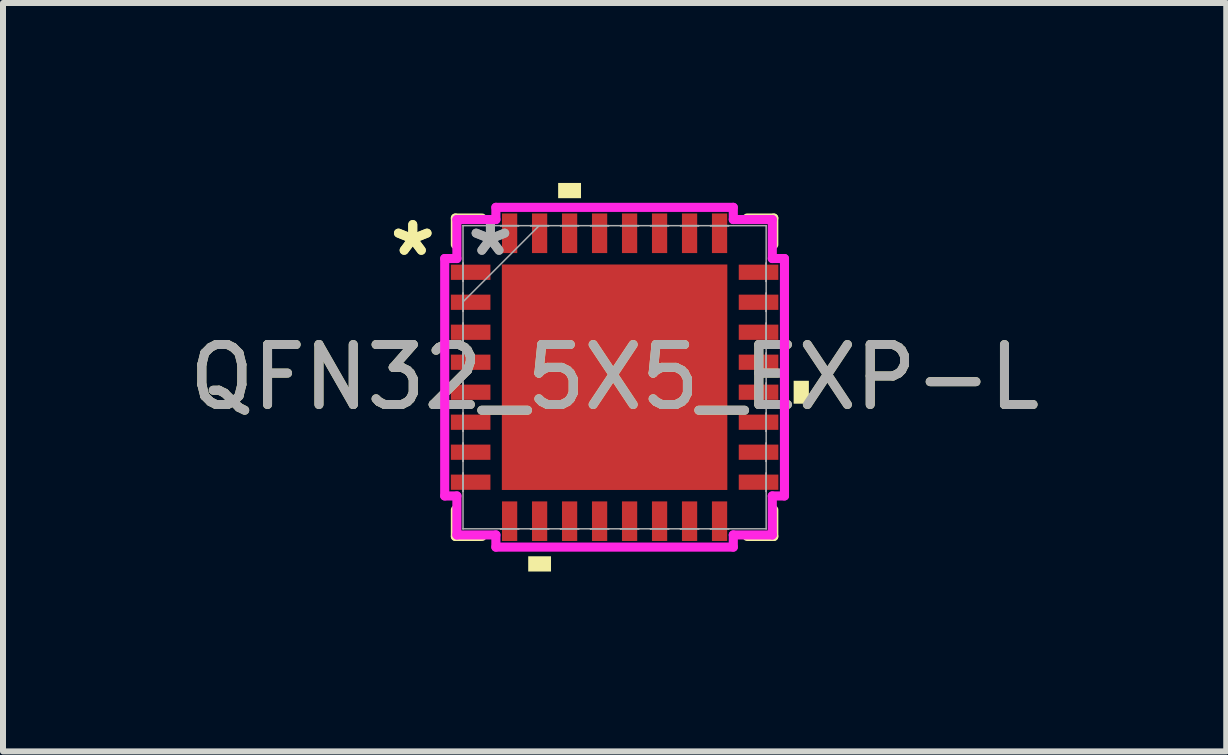
<source format=kicad_pcb>
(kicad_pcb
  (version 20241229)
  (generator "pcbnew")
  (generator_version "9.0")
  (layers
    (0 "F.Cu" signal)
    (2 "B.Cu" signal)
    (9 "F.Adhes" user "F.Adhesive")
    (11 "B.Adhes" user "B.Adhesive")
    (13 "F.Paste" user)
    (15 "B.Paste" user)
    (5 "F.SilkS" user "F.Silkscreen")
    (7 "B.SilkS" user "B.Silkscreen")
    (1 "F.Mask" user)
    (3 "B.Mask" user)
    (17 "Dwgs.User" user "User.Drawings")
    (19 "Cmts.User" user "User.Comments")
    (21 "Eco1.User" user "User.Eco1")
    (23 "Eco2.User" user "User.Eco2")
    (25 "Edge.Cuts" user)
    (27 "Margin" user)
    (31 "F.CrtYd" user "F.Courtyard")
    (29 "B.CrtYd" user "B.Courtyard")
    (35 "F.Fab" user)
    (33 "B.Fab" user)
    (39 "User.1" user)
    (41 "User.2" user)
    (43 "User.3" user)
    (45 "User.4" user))
  (footprint "QFN32_5X5_EXP-L"
    (layer "F.Cu")
    (at 7.196 3.239)
    (property "Reference" "QFN32_5X5_EXP-L" (at 0 0 0) (unlocked yes) (layer "F.SilkS") (effects (font (size 1 1) (thickness 0.15))))
    (attr smd)
    (fp_line (start -2.654 -2.654) (end -2.654 -2.21) (stroke (width 0.152) (type solid)) (layer "F.SilkS"))
    (fp_line (start -2.654 2.21) (end -2.654 2.654) (stroke (width 0.152) (type solid)) (layer "F.SilkS"))
    (fp_line (start -2.654 2.654) (end -2.21 2.654) (stroke (width 0.152) (type solid)) (layer "F.SilkS"))
    (fp_line (start -2.21 -2.654) (end -2.654 -2.654) (stroke (width 0.152) (type solid)) (layer "F.SilkS"))
    (fp_line (start 2.21 2.654) (end 2.654 2.654) (stroke (width 0.152) (type solid)) (layer "F.SilkS"))
    (fp_line (start 2.654 -2.654) (end 2.21 -2.654) (stroke (width 0.152) (type solid)) (layer "F.SilkS"))
    (fp_line (start 2.654 -2.21) (end 2.654 -2.654) (stroke (width 0.152) (type solid)) (layer "F.SilkS"))
    (fp_line (start 2.654 2.654) (end 2.654 2.21) (stroke (width 0.152) (type solid)) (layer "F.SilkS"))
    (fp_poly (pts (xy -1.44 2.985) (xy -1.44 3.239) (xy -1.06 3.239) (xy -1.06 2.985)) (stroke (width 0) (type solid)) (fill yes) (layer "F.SilkS"))
    (fp_poly (pts (xy -0.941 -2.985) (xy -0.941 -3.239) (xy -0.56 -3.239) (xy -0.56 -2.985)) (stroke (width 0) (type solid)) (fill yes) (layer "F.SilkS"))
    (fp_poly (pts (xy 3.239 0.059) (xy 3.239 0.441) (xy 2.985 0.441) (xy 2.985 0.059)) (stroke (width 0) (type solid)) (fill yes) (layer "F.SilkS"))
    (fp_poly (pts (xy -1.78 -1.78) (xy -1.78 -0.1) (xy -0.1 -0.1) (xy -0.1 -1.78)) (stroke (width 0) (type solid)) (fill yes) (layer "F.Paste"))
    (fp_poly (pts (xy -1.78 0.1) (xy -1.78 1.78) (xy -0.1 1.78) (xy -0.1 0.1)) (stroke (width 0) (type solid)) (fill yes) (layer "F.Paste"))
    (fp_poly (pts (xy 0.1 -1.78) (xy 0.1 -0.1) (xy 1.78 -0.1) (xy 1.78 -1.78)) (stroke (width 0) (type solid)) (fill yes) (layer "F.Paste"))
    (fp_poly (pts (xy 0.1 0.1) (xy 0.1 1.78) (xy 1.78 1.78) (xy 1.78 0.1)) (stroke (width 0) (type solid)) (fill yes) (layer "F.Paste"))
    (fp_line (start -2.832 -1.979) (end -2.629 -1.979) (stroke (width 0.152) (type solid)) (layer "F.CrtYd"))
    (fp_line (start -2.832 1.979) (end -2.832 -1.979) (stroke (width 0.152) (type solid)) (layer "F.CrtYd"))
    (fp_line (start -2.629 -2.629) (end -1.979 -2.629) (stroke (width 0.152) (type solid)) (layer "F.CrtYd"))
    (fp_line (start -2.629 -1.979) (end -2.629 -2.629) (stroke (width 0.152) (type solid)) (layer "F.CrtYd"))
    (fp_line (start -2.629 1.979) (end -2.832 1.979) (stroke (width 0.152) (type solid)) (layer "F.CrtYd"))
    (fp_line (start -2.629 2.629) (end -2.629 1.979) (stroke (width 0.152) (type solid)) (layer "F.CrtYd"))
    (fp_line (start -1.979 -2.832) (end 1.979 -2.832) (stroke (width 0.152) (type solid)) (layer "F.CrtYd"))
    (fp_line (start -1.979 -2.629) (end -1.979 -2.832) (stroke (width 0.152) (type solid)) (layer "F.CrtYd"))
    (fp_line (start -1.979 2.629) (end -2.629 2.629) (stroke (width 0.152) (type solid)) (layer "F.CrtYd"))
    (fp_line (start -1.979 2.832) (end -1.979 2.629) (stroke (width 0.152) (type solid)) (layer "F.CrtYd"))
    (fp_line (start 1.979 -2.832) (end 1.979 -2.629) (stroke (width 0.152) (type solid)) (layer "F.CrtYd"))
    (fp_line (start 1.979 -2.629) (end 2.629 -2.629) (stroke (width 0.152) (type solid)) (layer "F.CrtYd"))
    (fp_line (start 1.979 2.629) (end 1.979 2.832) (stroke (width 0.152) (type solid)) (layer "F.CrtYd"))
    (fp_line (start 1.979 2.832) (end -1.979 2.832) (stroke (width 0.152) (type solid)) (layer "F.CrtYd"))
    (fp_line (start 2.629 -2.629) (end 2.629 -1.979) (stroke (width 0.152) (type solid)) (layer "F.CrtYd"))
    (fp_line (start 2.629 -1.979) (end 2.832 -1.979) (stroke (width 0.152) (type solid)) (layer "F.CrtYd"))
    (fp_line (start 2.629 1.979) (end 2.629 2.629) (stroke (width 0.152) (type solid)) (layer "F.CrtYd"))
    (fp_line (start 2.629 2.629) (end 1.979 2.629) (stroke (width 0.152) (type solid)) (layer "F.CrtYd"))
    (fp_line (start 2.832 -1.979) (end 2.832 1.979) (stroke (width 0.152) (type solid)) (layer "F.CrtYd"))
    (fp_line (start 2.832 1.979) (end 2.629 1.979) (stroke (width 0.152) (type solid)) (layer "F.CrtYd"))
    (fp_line (start -2.527 -2.527) (end -2.527 -2.527) (stroke (width 0.025) (type solid)) (layer "F.Fab"))
    (fp_line (start -2.527 -2.527) (end -2.527 2.527) (stroke (width 0.025) (type solid)) (layer "F.Fab"))
    (fp_line (start -2.527 -1.902) (end -2.527 -1.902) (stroke (width 0.025) (type solid)) (layer "F.Fab"))
    (fp_line (start -2.527 -1.902) (end -2.527 -1.598) (stroke (width 0.025) (type solid)) (layer "F.Fab"))
    (fp_line (start -2.527 -1.598) (end -2.527 -1.902) (stroke (width 0.025) (type solid)) (layer "F.Fab"))
    (fp_line (start -2.527 -1.598) (end -2.527 -1.598) (stroke (width 0.025) (type solid)) (layer "F.Fab"))
    (fp_line (start -2.527 -1.402) (end -2.527 -1.402) (stroke (width 0.025) (type solid)) (layer "F.Fab"))
    (fp_line (start -2.527 -1.402) (end -2.527 -1.098) (stroke (width 0.025) (type solid)) (layer "F.Fab"))
    (fp_line (start -2.527 -1.257) (end -1.257 -2.527) (stroke (width 0.025) (type solid)) (layer "F.Fab"))
    (fp_line (start -2.527 -1.098) (end -2.527 -1.402) (stroke (width 0.025) (type solid)) (layer "F.Fab"))
    (fp_line (start -2.527 -1.098) (end -2.527 -1.098) (stroke (width 0.025) (type solid)) (layer "F.Fab"))
    (fp_line (start -2.527 -0.902) (end -2.527 -0.902) (stroke (width 0.025) (type solid)) (layer "F.Fab"))
    (fp_line (start -2.527 -0.902) (end -2.527 -0.598) (stroke (width 0.025) (type solid)) (layer "F.Fab"))
    (fp_line (start -2.527 -0.598) (end -2.527 -0.902) (stroke (width 0.025) (type solid)) (layer "F.Fab"))
    (fp_line (start -2.527 -0.598) (end -2.527 -0.598) (stroke (width 0.025) (type solid)) (layer "F.Fab"))
    (fp_line (start -2.527 -0.402) (end -2.527 -0.402) (stroke (width 0.025) (type solid)) (layer "F.Fab"))
    (fp_line (start -2.527 -0.402) (end -2.527 -0.098) (stroke (width 0.025) (type solid)) (layer "F.Fab"))
    (fp_line (start -2.527 -0.098) (end -2.527 -0.402) (stroke (width 0.025) (type solid)) (layer "F.Fab"))
    (fp_line (start -2.527 -0.098) (end -2.527 -0.098) (stroke (width 0.025) (type solid)) (layer "F.Fab"))
    (fp_line (start -2.527 0.098) (end -2.527 0.098) (stroke (width 0.025) (type solid)) (layer "F.Fab"))
    (fp_line (start -2.527 0.098) (end -2.527 0.402) (stroke (width 0.025) (type solid)) (layer "F.Fab"))
    (fp_line (start -2.527 0.402) (end -2.527 0.098) (stroke (width 0.025) (type solid)) (layer "F.Fab"))
    (fp_line (start -2.527 0.402) (end -2.527 0.402) (stroke (width 0.025) (type solid)) (layer "F.Fab"))
    (fp_line (start -2.527 0.598) (end -2.527 0.598) (stroke (width 0.025) (type solid)) (layer "F.Fab"))
    (fp_line (start -2.527 0.598) (end -2.527 0.902) (stroke (width 0.025) (type solid)) (layer "F.Fab"))
    (fp_line (start -2.527 0.902) (end -2.527 0.598) (stroke (width 0.025) (type solid)) (layer "F.Fab"))
    (fp_line (start -2.527 0.902) (end -2.527 0.902) (stroke (width 0.025) (type solid)) (layer "F.Fab"))
    (fp_line (start -2.527 1.098) (end -2.527 1.098) (stroke (width 0.025) (type solid)) (layer "F.Fab"))
    (fp_line (start -2.527 1.098) (end -2.527 1.402) (stroke (width 0.025) (type solid)) (layer "F.Fab"))
    (fp_line (start -2.527 1.402) (end -2.527 1.098) (stroke (width 0.025) (type solid)) (layer "F.Fab"))
    (fp_line (start -2.527 1.402) (end -2.527 1.402) (stroke (width 0.025) (type solid)) (layer "F.Fab"))
    (fp_line (start -2.527 1.598) (end -2.527 1.598) (stroke (width 0.025) (type solid)) (layer "F.Fab"))
    (fp_line (start -2.527 1.598) (end -2.527 1.902) (stroke (width 0.025) (type solid)) (layer "F.Fab"))
    (fp_line (start -2.527 1.902) (end -2.527 1.598) (stroke (width 0.025) (type solid)) (layer "F.Fab"))
    (fp_line (start -2.527 1.902) (end -2.527 1.902) (stroke (width 0.025) (type solid)) (layer "F.Fab"))
    (fp_line (start -2.527 2.527) (end -2.527 2.527) (stroke (width 0.025) (type solid)) (layer "F.Fab"))
    (fp_line (start -2.527 2.527) (end 2.527 2.527) (stroke (width 0.025) (type solid)) (layer "F.Fab"))
    (fp_line (start -1.902 -2.527) (end -1.902 -2.527) (stroke (width 0.025) (type solid)) (layer "F.Fab"))
    (fp_line (start -1.902 -2.527) (end -1.598 -2.527) (stroke (width 0.025) (type solid)) (layer "F.Fab"))
    (fp_line (start -1.902 2.527) (end -1.902 2.527) (stroke (width 0.025) (type solid)) (layer "F.Fab"))
    (fp_line (start -1.902 2.527) (end -1.598 2.527) (stroke (width 0.025) (type solid)) (layer "F.Fab"))
    (fp_line (start -1.598 -2.527) (end -1.902 -2.527) (stroke (width 0.025) (type solid)) (layer "F.Fab"))
    (fp_line (start -1.598 -2.527) (end -1.598 -2.527) (stroke (width 0.025) (type solid)) (layer "F.Fab"))
    (fp_line (start -1.598 2.527) (end -1.902 2.527) (stroke (width 0.025) (type solid)) (layer "F.Fab"))
    (fp_line (start -1.598 2.527) (end -1.598 2.527) (stroke (width 0.025) (type solid)) (layer "F.Fab"))
    (fp_line (start -1.402 -2.527) (end -1.402 -2.527) (stroke (width 0.025) (type solid)) (layer "F.Fab"))
    (fp_line (start -1.402 -2.527) (end -1.098 -2.527) (stroke (width 0.025) (type solid)) (layer "F.Fab"))
    (fp_line (start -1.402 2.527) (end -1.402 2.527) (stroke (width 0.025) (type solid)) (layer "F.Fab"))
    (fp_line (start -1.402 2.527) (end -1.098 2.527) (stroke (width 0.025) (type solid)) (layer "F.Fab"))
    (fp_line (start -1.098 -2.527) (end -1.402 -2.527) (stroke (width 0.025) (type solid)) (layer "F.Fab"))
    (fp_line (start -1.098 -2.527) (end -1.098 -2.527) (stroke (width 0.025) (type solid)) (layer "F.Fab"))
    (fp_line (start -1.098 2.527) (end -1.402 2.527) (stroke (width 0.025) (type solid)) (layer "F.Fab"))
    (fp_line (start -1.098 2.527) (end -1.098 2.527) (stroke (width 0.025) (type solid)) (layer "F.Fab"))
    (fp_line (start -0.902 -2.527) (end -0.902 -2.527) (stroke (width 0.025) (type solid)) (layer "F.Fab"))
    (fp_line (start -0.902 -2.527) (end -0.598 -2.527) (stroke (width 0.025) (type solid)) (layer "F.Fab"))
    (fp_line (start -0.902 2.527) (end -0.902 2.527) (stroke (width 0.025) (type solid)) (layer "F.Fab"))
    (fp_line (start -0.902 2.527) (end -0.598 2.527) (stroke (width 0.025) (type solid)) (layer "F.Fab"))
    (fp_line (start -0.598 -2.527) (end -0.902 -2.527) (stroke (width 0.025) (type solid)) (layer "F.Fab"))
    (fp_line (start -0.598 -2.527) (end -0.598 -2.527) (stroke (width 0.025) (type solid)) (layer "F.Fab"))
    (fp_line (start -0.598 2.527) (end -0.902 2.527) (stroke (width 0.025) (type solid)) (layer "F.Fab"))
    (fp_line (start -0.598 2.527) (end -0.598 2.527) (stroke (width 0.025) (type solid)) (layer "F.Fab"))
    (fp_line (start -0.402 -2.527) (end -0.402 -2.527) (stroke (width 0.025) (type solid)) (layer "F.Fab"))
    (fp_line (start -0.402 -2.527) (end -0.098 -2.527) (stroke (width 0.025) (type solid)) (layer "F.Fab"))
    (fp_line (start -0.402 2.527) (end -0.402 2.527) (stroke (width 0.025) (type solid)) (layer "F.Fab"))
    (fp_line (start -0.402 2.527) (end -0.098 2.527) (stroke (width 0.025) (type solid)) (layer "F.Fab"))
    (fp_line (start -0.098 -2.527) (end -0.402 -2.527) (stroke (width 0.025) (type solid)) (layer "F.Fab"))
    (fp_line (start -0.098 -2.527) (end -0.098 -2.527) (stroke (width 0.025) (type solid)) (layer "F.Fab"))
    (fp_line (start -0.098 2.527) (end -0.402 2.527) (stroke (width 0.025) (type solid)) (layer "F.Fab"))
    (fp_line (start -0.098 2.527) (end -0.098 2.527) (stroke (width 0.025) (type solid)) (layer "F.Fab"))
    (fp_line (start 0.098 -2.527) (end 0.098 -2.527) (stroke (width 0.025) (type solid)) (layer "F.Fab"))
    (fp_line (start 0.098 -2.527) (end 0.402 -2.527) (stroke (width 0.025) (type solid)) (layer "F.Fab"))
    (fp_line (start 0.098 2.527) (end 0.098 2.527) (stroke (width 0.025) (type solid)) (layer "F.Fab"))
    (fp_line (start 0.098 2.527) (end 0.402 2.527) (stroke (width 0.025) (type solid)) (layer "F.Fab"))
    (fp_line (start 0.402 -2.527) (end 0.098 -2.527) (stroke (width 0.025) (type solid)) (layer "F.Fab"))
    (fp_line (start 0.402 -2.527) (end 0.402 -2.527) (stroke (width 0.025) (type solid)) (layer "F.Fab"))
    (fp_line (start 0.402 2.527) (end 0.098 2.527) (stroke (width 0.025) (type solid)) (layer "F.Fab"))
    (fp_line (start 0.402 2.527) (end 0.402 2.527) (stroke (width 0.025) (type solid)) (layer "F.Fab"))
    (fp_line (start 0.598 -2.527) (end 0.598 -2.527) (stroke (width 0.025) (type solid)) (layer "F.Fab"))
    (fp_line (start 0.598 -2.527) (end 0.902 -2.527) (stroke (width 0.025) (type solid)) (layer "F.Fab"))
    (fp_line (start 0.598 2.527) (end 0.598 2.527) (stroke (width 0.025) (type solid)) (layer "F.Fab"))
    (fp_line (start 0.598 2.527) (end 0.902 2.527) (stroke (width 0.025) (type solid)) (layer "F.Fab"))
    (fp_line (start 0.902 -2.527) (end 0.598 -2.527) (stroke (width 0.025) (type solid)) (layer "F.Fab"))
    (fp_line (start 0.902 -2.527) (end 0.902 -2.527) (stroke (width 0.025) (type solid)) (layer "F.Fab"))
    (fp_line (start 0.902 2.527) (end 0.598 2.527) (stroke (width 0.025) (type solid)) (layer "F.Fab"))
    (fp_line (start 0.902 2.527) (end 0.902 2.527) (stroke (width 0.025) (type solid)) (layer "F.Fab"))
    (fp_line (start 1.098 -2.527) (end 1.098 -2.527) (stroke (width 0.025) (type solid)) (layer "F.Fab"))
    (fp_line (start 1.098 -2.527) (end 1.402 -2.527) (stroke (width 0.025) (type solid)) (layer "F.Fab"))
    (fp_line (start 1.098 2.527) (end 1.098 2.527) (stroke (width 0.025) (type solid)) (layer "F.Fab"))
    (fp_line (start 1.098 2.527) (end 1.402 2.527) (stroke (width 0.025) (type solid)) (layer "F.Fab"))
    (fp_line (start 1.402 -2.527) (end 1.098 -2.527) (stroke (width 0.025) (type solid)) (layer "F.Fab"))
    (fp_line (start 1.402 -2.527) (end 1.402 -2.527) (stroke (width 0.025) (type solid)) (layer "F.Fab"))
    (fp_line (start 1.402 2.527) (end 1.098 2.527) (stroke (width 0.025) (type solid)) (layer "F.Fab"))
    (fp_line (start 1.402 2.527) (end 1.402 2.527) (stroke (width 0.025) (type solid)) (layer "F.Fab"))
    (fp_line (start 1.598 -2.527) (end 1.598 -2.527) (stroke (width 0.025) (type solid)) (layer "F.Fab"))
    (fp_line (start 1.598 -2.527) (end 1.902 -2.527) (stroke (width 0.025) (type solid)) (layer "F.Fab"))
    (fp_line (start 1.598 2.527) (end 1.598 2.527) (stroke (width 0.025) (type solid)) (layer "F.Fab"))
    (fp_line (start 1.598 2.527) (end 1.902 2.527) (stroke (width 0.025) (type solid)) (layer "F.Fab"))
    (fp_line (start 1.902 -2.527) (end 1.598 -2.527) (stroke (width 0.025) (type solid)) (layer "F.Fab"))
    (fp_line (start 1.902 -2.527) (end 1.902 -2.527) (stroke (width 0.025) (type solid)) (layer "F.Fab"))
    (fp_line (start 1.902 2.527) (end 1.598 2.527) (stroke (width 0.025) (type solid)) (layer "F.Fab"))
    (fp_line (start 1.902 2.527) (end 1.902 2.527) (stroke (width 0.025) (type solid)) (layer "F.Fab"))
    (fp_line (start 2.527 -2.527) (end -2.527 -2.527) (stroke (width 0.025) (type solid)) (layer "F.Fab"))
    (fp_line (start 2.527 -2.527) (end 2.527 -2.527) (stroke (width 0.025) (type solid)) (layer "F.Fab"))
    (fp_line (start 2.527 -1.902) (end 2.527 -1.902) (stroke (width 0.025) (type solid)) (layer "F.Fab"))
    (fp_line (start 2.527 -1.902) (end 2.527 -1.598) (stroke (width 0.025) (type solid)) (layer "F.Fab"))
    (fp_line (start 2.527 -1.598) (end 2.527 -1.902) (stroke (width 0.025) (type solid)) (layer "F.Fab"))
    (fp_line (start 2.527 -1.598) (end 2.527 -1.598) (stroke (width 0.025) (type solid)) (layer "F.Fab"))
    (fp_line (start 2.527 -1.402) (end 2.527 -1.402) (stroke (width 0.025) (type solid)) (layer "F.Fab"))
    (fp_line (start 2.527 -1.402) (end 2.527 -1.098) (stroke (width 0.025) (type solid)) (layer "F.Fab"))
    (fp_line (start 2.527 -1.098) (end 2.527 -1.402) (stroke (width 0.025) (type solid)) (layer "F.Fab"))
    (fp_line (start 2.527 -1.098) (end 2.527 -1.098) (stroke (width 0.025) (type solid)) (layer "F.Fab"))
    (fp_line (start 2.527 -0.902) (end 2.527 -0.902) (stroke (width 0.025) (type solid)) (layer "F.Fab"))
    (fp_line (start 2.527 -0.902) (end 2.527 -0.598) (stroke (width 0.025) (type solid)) (layer "F.Fab"))
    (fp_line (start 2.527 -0.598) (end 2.527 -0.902) (stroke (width 0.025) (type solid)) (layer "F.Fab"))
    (fp_line (start 2.527 -0.598) (end 2.527 -0.598) (stroke (width 0.025) (type solid)) (layer "F.Fab"))
    (fp_line (start 2.527 -0.402) (end 2.527 -0.402) (stroke (width 0.025) (type solid)) (layer "F.Fab"))
    (fp_line (start 2.527 -0.402) (end 2.527 -0.098) (stroke (width 0.025) (type solid)) (layer "F.Fab"))
    (fp_line (start 2.527 -0.098) (end 2.527 -0.402) (stroke (width 0.025) (type solid)) (layer "F.Fab"))
    (fp_line (start 2.527 -0.098) (end 2.527 -0.098) (stroke (width 0.025) (type solid)) (layer "F.Fab"))
    (fp_line (start 2.527 0.098) (end 2.527 0.098) (stroke (width 0.025) (type solid)) (layer "F.Fab"))
    (fp_line (start 2.527 0.098) (end 2.527 0.402) (stroke (width 0.025) (type solid)) (layer "F.Fab"))
    (fp_line (start 2.527 0.402) (end 2.527 0.098) (stroke (width 0.025) (type solid)) (layer "F.Fab"))
    (fp_line (start 2.527 0.402) (end 2.527 0.402) (stroke (width 0.025) (type solid)) (layer "F.Fab"))
    (fp_line (start 2.527 0.598) (end 2.527 0.598) (stroke (width 0.025) (type solid)) (layer "F.Fab"))
    (fp_line (start 2.527 0.598) (end 2.527 0.902) (stroke (width 0.025) (type solid)) (layer "F.Fab"))
    (fp_line (start 2.527 0.902) (end 2.527 0.598) (stroke (width 0.025) (type solid)) (layer "F.Fab"))
    (fp_line (start 2.527 0.902) (end 2.527 0.902) (stroke (width 0.025) (type solid)) (layer "F.Fab"))
    (fp_line (start 2.527 1.098) (end 2.527 1.098) (stroke (width 0.025) (type solid)) (layer "F.Fab"))
    (fp_line (start 2.527 1.098) (end 2.527 1.402) (stroke (width 0.025) (type solid)) (layer "F.Fab"))
    (fp_line (start 2.527 1.402) (end 2.527 1.098) (stroke (width 0.025) (type solid)) (layer "F.Fab"))
    (fp_line (start 2.527 1.402) (end 2.527 1.402) (stroke (width 0.025) (type solid)) (layer "F.Fab"))
    (fp_line (start 2.527 1.598) (end 2.527 1.598) (stroke (width 0.025) (type solid)) (layer "F.Fab"))
    (fp_line (start 2.527 1.598) (end 2.527 1.902) (stroke (width 0.025) (type solid)) (layer "F.Fab"))
    (fp_line (start 2.527 1.902) (end 2.527 1.598) (stroke (width 0.025) (type solid)) (layer "F.Fab"))
    (fp_line (start 2.527 1.902) (end 2.527 1.902) (stroke (width 0.025) (type solid)) (layer "F.Fab"))
    (fp_line (start 2.527 2.527) (end 2.527 -2.527) (stroke (width 0.025) (type solid)) (layer "F.Fab"))
    (fp_line (start 2.527 2.527) (end 2.527 2.527) (stroke (width 0.025) (type solid)) (layer "F.Fab"))
    (fp_text user "*" (at -3.365 -2 0) (unlocked yes) (layer "F.SilkS") (effects (font (size 1 1) (thickness 0.15))))
    (fp_text user "*" (at -3.365 -2 0) (layer "F.SilkS") (effects (font (size 1 1) (thickness 0.15))))
    (fp_text user "*" (at -2.07 -2 0) (layer "F.Fab") (effects (font (size 1 1) (thickness 0.15))))
    (fp_text user "${REFERENCE}" (at 0 0 0) (unlocked yes) (layer "F.Fab") (effects (font (size 1 1) (thickness 0.15))))
    (fp_text user "*" (at -2.07 -2 0) (unlocked yes) (layer "F.Fab") (effects (font (size 1 1) (thickness 0.15))))
    (pad "1" smd rect (at -2.4 -1.75 90) (size 0.254 0.66) (layers "F.Cu" "F.Mask" "F.Paste"))
    (pad "2" smd rect (at -2.4 -1.25 90) (size 0.254 0.66) (layers "F.Cu" "F.Mask" "F.Paste"))
    (pad "3" smd rect (at -2.4 -0.75 90) (size 0.254 0.66) (layers "F.Cu" "F.Mask" "F.Paste"))
    (pad "4" smd rect (at -2.4 -0.25 90) (size 0.254 0.66) (layers "F.Cu" "F.Mask" "F.Paste"))
    (pad "5" smd rect (at -2.4 0.25 90) (size 0.254 0.66) (layers "F.Cu" "F.Mask" "F.Paste"))
    (pad "6" smd rect (at -2.4 0.75 90) (size 0.254 0.66) (layers "F.Cu" "F.Mask" "F.Paste"))
    (pad "7" smd rect (at -2.4 1.25 90) (size 0.254 0.66) (layers "F.Cu" "F.Mask" "F.Paste"))
    (pad "8" smd rect (at -2.4 1.75 90) (size 0.254 0.66) (layers "F.Cu" "F.Mask" "F.Paste"))
    (pad "9" smd rect (at -1.75 2.4) (size 0.254 0.66) (layers "F.Cu" "F.Mask" "F.Paste"))
    (pad "10" smd rect (at -1.25 2.4) (size 0.254 0.66) (layers "F.Cu" "F.Mask" "F.Paste"))
    (pad "11" smd rect (at -0.75 2.4) (size 0.254 0.66) (layers "F.Cu" "F.Mask" "F.Paste"))
    (pad "12" smd rect (at -0.25 2.4) (size 0.254 0.66) (layers "F.Cu" "F.Mask" "F.Paste"))
    (pad "13" smd rect (at 0.25 2.4) (size 0.254 0.66) (layers "F.Cu" "F.Mask" "F.Paste"))
    (pad "14" smd rect (at 0.75 2.4) (size 0.254 0.66) (layers "F.Cu" "F.Mask" "F.Paste"))
    (pad "15" smd rect (at 1.25 2.4) (size 0.254 0.66) (layers "F.Cu" "F.Mask" "F.Paste"))
    (pad "16" smd rect (at 1.75 2.4) (size 0.254 0.66) (layers "F.Cu" "F.Mask" "F.Paste"))
    (pad "17" smd rect (at 2.4 1.75 90) (size 0.254 0.66) (layers "F.Cu" "F.Mask" "F.Paste"))
    (pad "18" smd rect (at 2.4 1.25 90) (size 0.254 0.66) (layers "F.Cu" "F.Mask" "F.Paste"))
    (pad "19" smd rect (at 2.4 0.75 90) (size 0.254 0.66) (layers "F.Cu" "F.Mask" "F.Paste"))
    (pad "20" smd rect (at 2.4 0.25 90) (size 0.254 0.66) (layers "F.Cu" "F.Mask" "F.Paste"))
    (pad "21" smd rect (at 2.4 -0.25 90) (size 0.254 0.66) (layers "F.Cu" "F.Mask" "F.Paste"))
    (pad "22" smd rect (at 2.4 -0.75 90) (size 0.254 0.66) (layers "F.Cu" "F.Mask" "F.Paste"))
    (pad "23" smd rect (at 2.4 -1.25 90) (size 0.254 0.66) (layers "F.Cu" "F.Mask" "F.Paste"))
    (pad "24" smd rect (at 2.4 -1.75 90) (size 0.254 0.66) (layers "F.Cu" "F.Mask" "F.Paste"))
    (pad "25" smd rect (at 1.75 -2.4) (size 0.254 0.66) (layers "F.Cu" "F.Mask" "F.Paste"))
    (pad "26" smd rect (at 1.25 -2.4) (size 0.254 0.66) (layers "F.Cu" "F.Mask" "F.Paste"))
    (pad "27" smd rect (at 0.75 -2.4) (size 0.254 0.66) (layers "F.Cu" "F.Mask" "F.Paste"))
    (pad "28" smd rect (at 0.25 -2.4) (size 0.254 0.66) (layers "F.Cu" "F.Mask" "F.Paste"))
    (pad "29" smd rect (at -0.25 -2.4) (size 0.254 0.66) (layers "F.Cu" "F.Mask" "F.Paste"))
    (pad "30" smd rect (at -0.75 -2.4) (size 0.254 0.66) (layers "F.Cu" "F.Mask" "F.Paste"))
    (pad "31" smd rect (at -1.25 -2.4) (size 0.254 0.66) (layers "F.Cu" "F.Mask" "F.Paste"))
    (pad "32" smd rect (at -1.75 -2.4) (size 0.254 0.66) (layers "F.Cu" "F.Mask" "F.Paste"))
    (pad "33" smd rect (at 0 0) (size 3.759 3.759) (layers "F.Cu" "F.Mask" "F.Paste")))
  (gr_rect
    (start -3 -3)
    (end 17.393 9.477)
    (stroke (width 0.1) (type default))
    (fill no)
    (layer "Edge.Cuts")))
</source>
